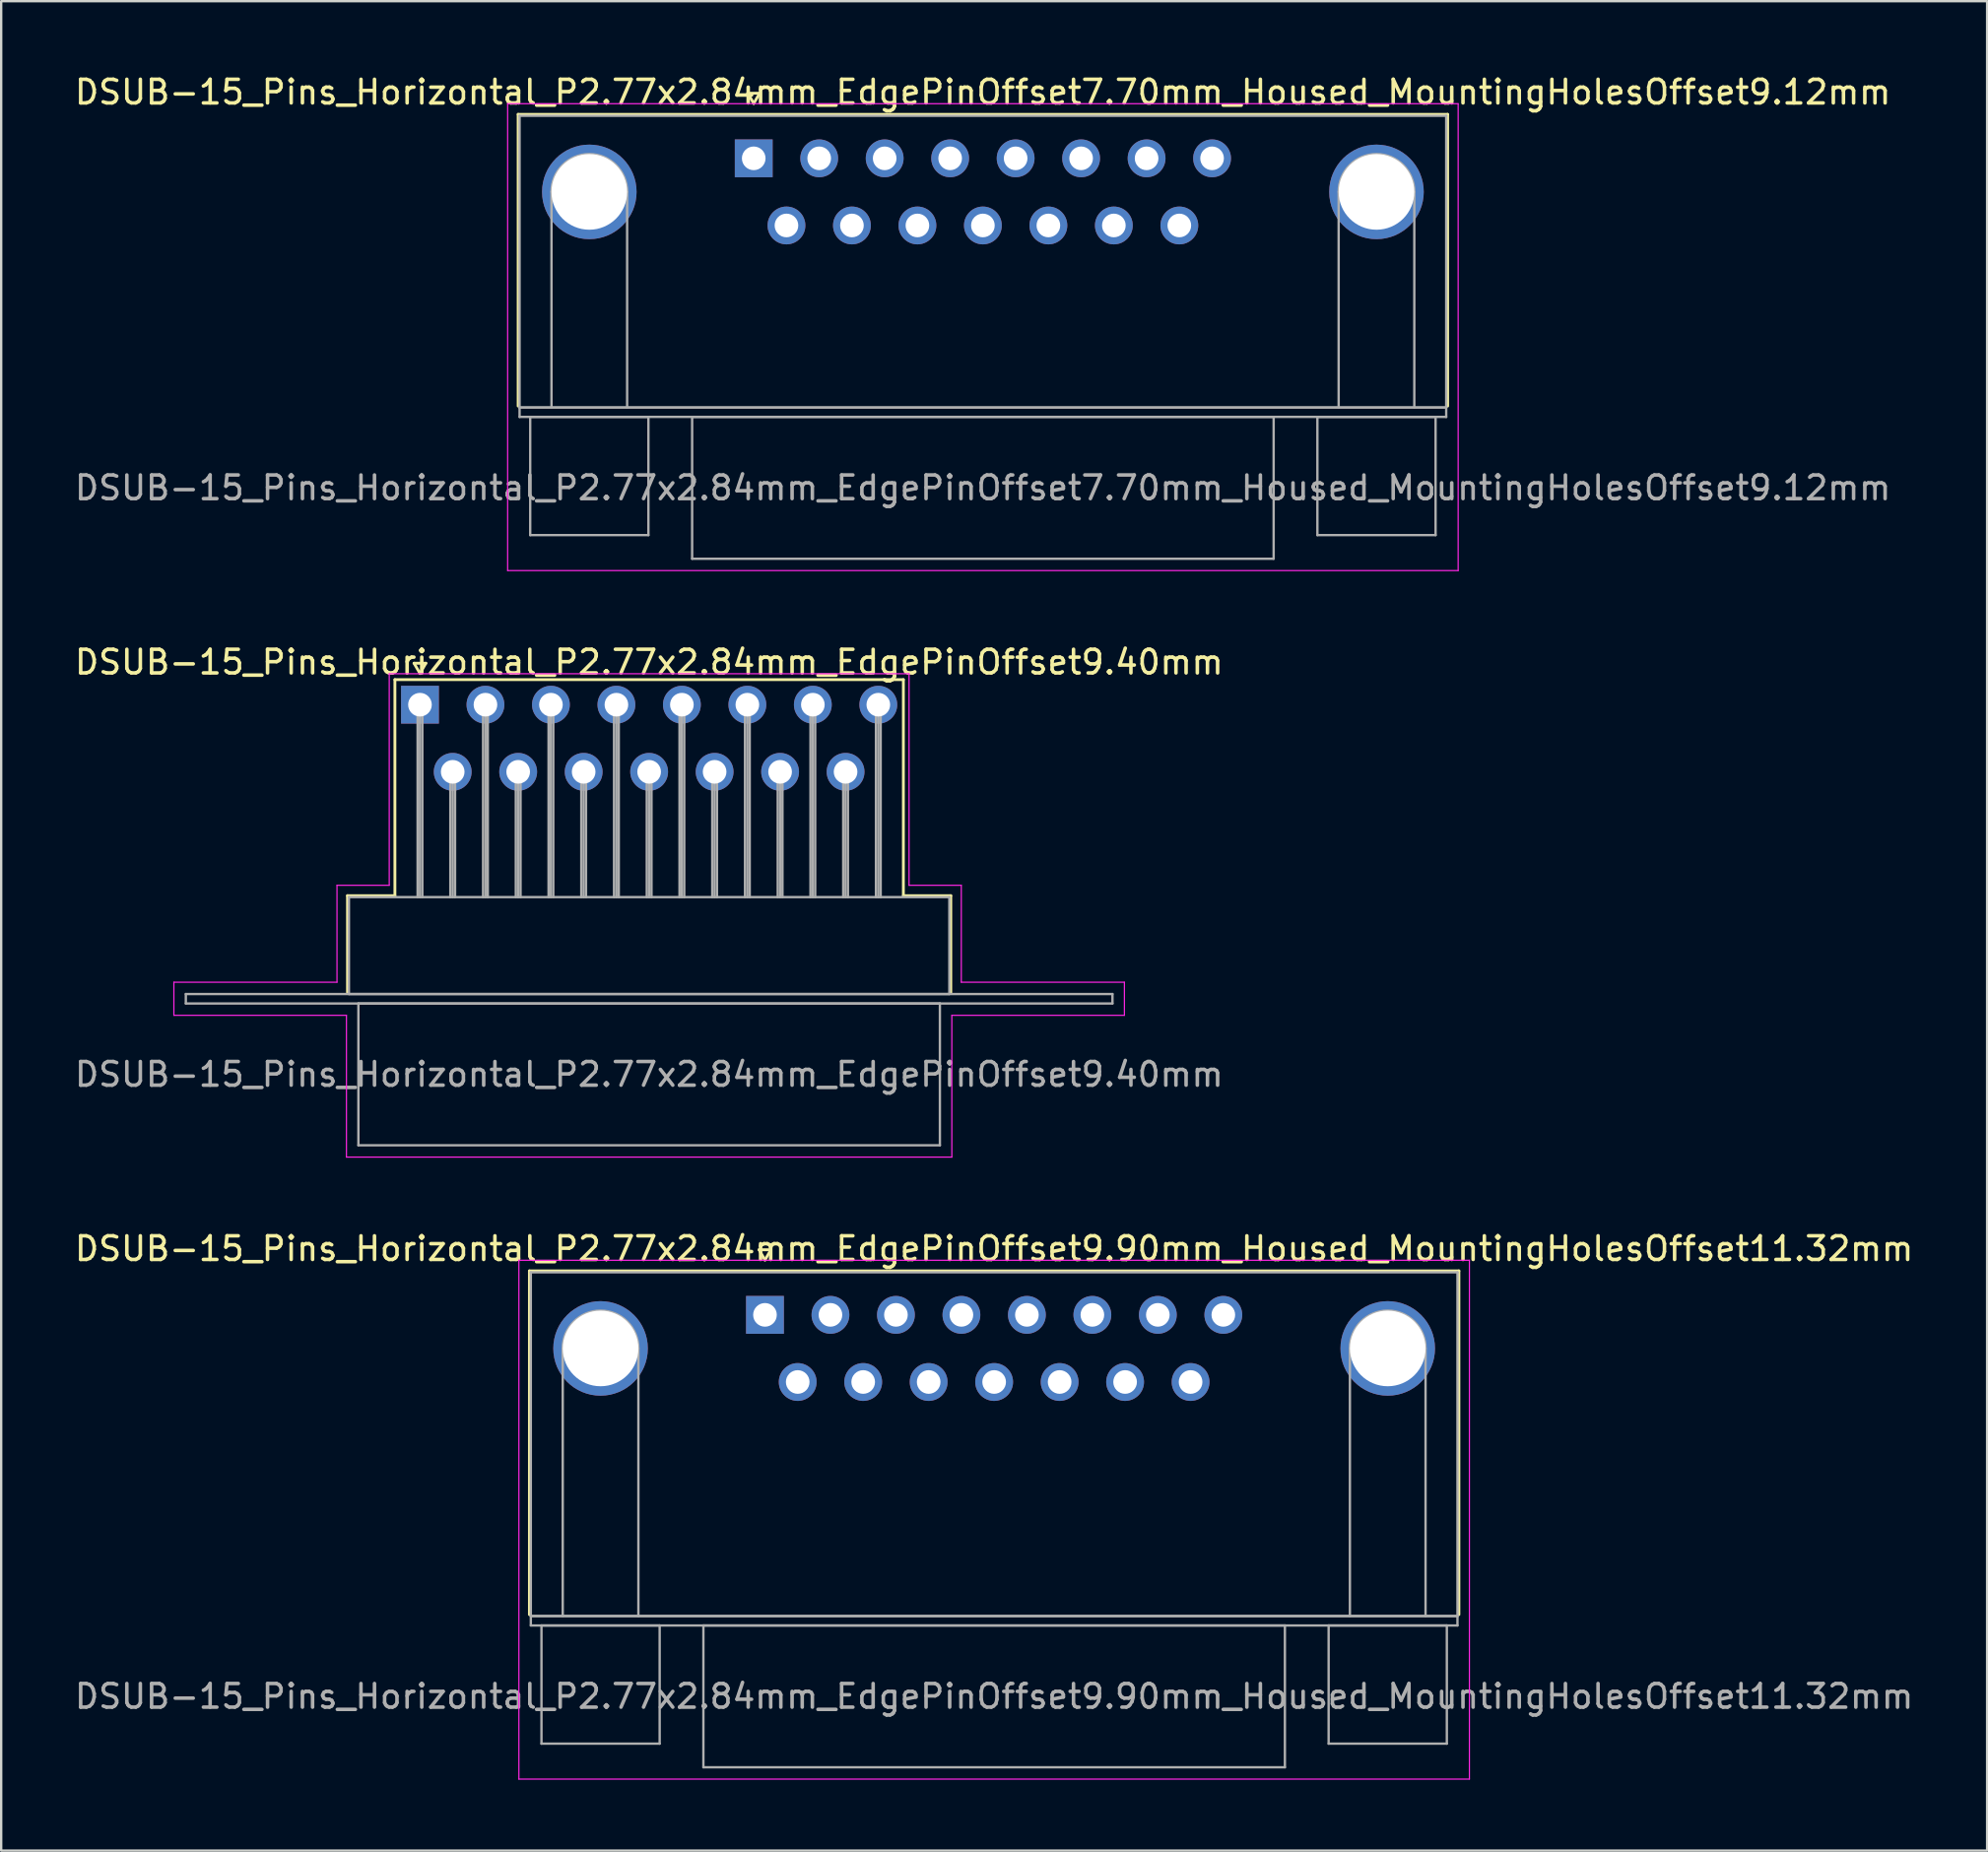
<source format=kicad_pcb>
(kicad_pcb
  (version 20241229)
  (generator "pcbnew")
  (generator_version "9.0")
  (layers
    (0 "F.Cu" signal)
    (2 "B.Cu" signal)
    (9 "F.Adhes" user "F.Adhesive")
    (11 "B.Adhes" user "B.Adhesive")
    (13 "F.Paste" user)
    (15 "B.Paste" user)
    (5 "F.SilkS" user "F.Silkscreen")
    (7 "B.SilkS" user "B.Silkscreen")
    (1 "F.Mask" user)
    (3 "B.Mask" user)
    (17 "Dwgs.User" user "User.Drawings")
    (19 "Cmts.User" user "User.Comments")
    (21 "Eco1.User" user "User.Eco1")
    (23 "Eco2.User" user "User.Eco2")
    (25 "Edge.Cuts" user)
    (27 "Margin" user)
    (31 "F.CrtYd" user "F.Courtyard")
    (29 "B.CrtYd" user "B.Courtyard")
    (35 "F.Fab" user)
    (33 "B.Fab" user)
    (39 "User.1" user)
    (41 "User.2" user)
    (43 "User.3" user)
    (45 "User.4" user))
  (footprint "DSUB-15_Pins_Horizontal_P2.77x2.84mm_EdgePinOffset7.70mm_Housed_MountingHolesOffset9.12mm"
    (layer "F.Cu")
    (at 28.835 3.648)
    (property "Reference" "DSUB-15_Pins_Horizontal_P2.77x2.84mm_EdgePinOffset7.70mm_Housed_MountingHolesOffset9.12mm" (at 9.695 -2.8 0) (layer "F.SilkS") (effects (font (size 1 1) (thickness 0.15))))
    (attr through_hole)
    (fp_line (start -9.965 -1.86) (end 29.355 -1.86) (stroke (width 0.12) (type solid)) (layer "F.SilkS"))
    (fp_line (start -9.965 10.48) (end -9.965 -1.86) (stroke (width 0.12) (type solid)) (layer "F.SilkS"))
    (fp_line (start -0.25 -2.754) (end 0.25 -2.754) (stroke (width 0.12) (type solid)) (layer "F.SilkS"))
    (fp_line (start 0 -2.321) (end -0.25 -2.754) (stroke (width 0.12) (type solid)) (layer "F.SilkS"))
    (fp_line (start 0.25 -2.754) (end 0 -2.321) (stroke (width 0.12) (type solid)) (layer "F.SilkS"))
    (fp_line (start 29.355 -1.86) (end 29.355 10.48) (stroke (width 0.12) (type solid)) (layer "F.SilkS"))
    (fp_line (start -10.41 -2.31) (end -10.41 17.44) (stroke (width 0.05) (type solid)) (layer "F.CrtYd"))
    (fp_line (start -10.41 17.44) (end 29.8 17.44) (stroke (width 0.05) (type solid)) (layer "F.CrtYd"))
    (fp_line (start 29.8 -2.31) (end -10.41 -2.31) (stroke (width 0.05) (type solid)) (layer "F.CrtYd"))
    (fp_line (start 29.8 17.44) (end 29.8 -2.31) (stroke (width 0.05) (type solid)) (layer "F.CrtYd"))
    (fp_line (start -9.905 -1.8) (end -9.905 10.54) (stroke (width 0.1) (type solid)) (layer "F.Fab"))
    (fp_line (start -9.905 10.54) (end -9.905 10.94) (stroke (width 0.1) (type solid)) (layer "F.Fab"))
    (fp_line (start -9.905 10.54) (end 29.295 10.54) (stroke (width 0.1) (type solid)) (layer "F.Fab"))
    (fp_line (start -9.905 10.94) (end 29.295 10.94) (stroke (width 0.1) (type solid)) (layer "F.Fab"))
    (fp_line (start -9.455 10.94) (end -9.455 15.94) (stroke (width 0.1) (type solid)) (layer "F.Fab"))
    (fp_line (start -9.455 15.94) (end -4.455 15.94) (stroke (width 0.1) (type solid)) (layer "F.Fab"))
    (fp_line (start -8.555 10.54) (end -8.555 1.42) (stroke (width 0.1) (type solid)) (layer "F.Fab"))
    (fp_line (start -5.355 10.54) (end -5.355 1.42) (stroke (width 0.1) (type solid)) (layer "F.Fab"))
    (fp_line (start -4.455 10.94) (end -9.455 10.94) (stroke (width 0.1) (type solid)) (layer "F.Fab"))
    (fp_line (start -4.455 15.94) (end -4.455 10.94) (stroke (width 0.1) (type solid)) (layer "F.Fab"))
    (fp_line (start -2.605 10.94) (end -2.605 16.94) (stroke (width 0.1) (type solid)) (layer "F.Fab"))
    (fp_line (start -2.605 16.94) (end 21.995 16.94) (stroke (width 0.1) (type solid)) (layer "F.Fab"))
    (fp_line (start 21.995 10.94) (end -2.605 10.94) (stroke (width 0.1) (type solid)) (layer "F.Fab"))
    (fp_line (start 21.995 16.94) (end 21.995 10.94) (stroke (width 0.1) (type solid)) (layer "F.Fab"))
    (fp_line (start 23.845 10.94) (end 23.845 15.94) (stroke (width 0.1) (type solid)) (layer "F.Fab"))
    (fp_line (start 23.845 15.94) (end 28.845 15.94) (stroke (width 0.1) (type solid)) (layer "F.Fab"))
    (fp_line (start 24.745 10.54) (end 24.745 1.42) (stroke (width 0.1) (type solid)) (layer "F.Fab"))
    (fp_line (start 27.945 10.54) (end 27.945 1.42) (stroke (width 0.1) (type solid)) (layer "F.Fab"))
    (fp_line (start 28.845 10.94) (end 23.845 10.94) (stroke (width 0.1) (type solid)) (layer "F.Fab"))
    (fp_line (start 28.845 15.94) (end 28.845 10.94) (stroke (width 0.1) (type solid)) (layer "F.Fab"))
    (fp_line (start 29.295 -1.8) (end -9.905 -1.8) (stroke (width 0.1) (type solid)) (layer "F.Fab"))
    (fp_line (start 29.295 10.54) (end -9.905 10.54) (stroke (width 0.1) (type solid)) (layer "F.Fab"))
    (fp_line (start 29.295 10.54) (end 29.295 -1.8) (stroke (width 0.1) (type solid)) (layer "F.Fab"))
    (fp_line (start 29.295 10.94) (end 29.295 10.54) (stroke (width 0.1) (type solid)) (layer "F.Fab"))
    (fp_arc (start -8.555 1.42) (mid -6.955 -0.18) (end -5.355 1.42) (stroke (width 0.1) (type solid)) (layer "F.Fab"))
    (fp_arc (start 24.745 1.42) (mid 26.345 -0.18) (end 27.945 1.42) (stroke (width 0.1) (type solid)) (layer "F.Fab"))
    (fp_text user "${REFERENCE}" (at 9.695 13.94 0) (layer "F.Fab") (effects (font (size 1 1) (thickness 0.15))))
    (pad "0" thru_hole circle (at -6.955 1.42) (size 4 4) (drill 3.2) (layers "*.Cu" "*.Mask"))
    (pad "0" thru_hole circle (at 26.345 1.42) (size 4 4) (drill 3.2) (layers "*.Cu" "*.Mask"))
    (pad "1" thru_hole rect (at 0 0) (size 1.6 1.6) (drill 1) (layers "*.Cu" "*.Mask"))
    (pad "2" thru_hole circle (at 2.77 0) (size 1.6 1.6) (drill 1) (layers "*.Cu" "*.Mask"))
    (pad "3" thru_hole circle (at 5.54 0) (size 1.6 1.6) (drill 1) (layers "*.Cu" "*.Mask"))
    (pad "4" thru_hole circle (at 8.31 0) (size 1.6 1.6) (drill 1) (layers "*.Cu" "*.Mask"))
    (pad "5" thru_hole circle (at 11.08 0) (size 1.6 1.6) (drill 1) (layers "*.Cu" "*.Mask"))
    (pad "6" thru_hole circle (at 13.85 0) (size 1.6 1.6) (drill 1) (layers "*.Cu" "*.Mask"))
    (pad "7" thru_hole circle (at 16.62 0) (size 1.6 1.6) (drill 1) (layers "*.Cu" "*.Mask"))
    (pad "8" thru_hole circle (at 19.39 0) (size 1.6 1.6) (drill 1) (layers "*.Cu" "*.Mask"))
    (pad "9" thru_hole circle (at 1.385 2.84) (size 1.6 1.6) (drill 1) (layers "*.Cu" "*.Mask"))
    (pad "10" thru_hole circle (at 4.155 2.84) (size 1.6 1.6) (drill 1) (layers "*.Cu" "*.Mask"))
    (pad "11" thru_hole circle (at 6.925 2.84) (size 1.6 1.6) (drill 1) (layers "*.Cu" "*.Mask"))
    (pad "12" thru_hole circle (at 9.695 2.84) (size 1.6 1.6) (drill 1) (layers "*.Cu" "*.Mask"))
    (pad "13" thru_hole circle (at 12.465 2.84) (size 1.6 1.6) (drill 1) (layers "*.Cu" "*.Mask"))
    (pad "14" thru_hole circle (at 15.235 2.84) (size 1.6 1.6) (drill 1) (layers "*.Cu" "*.Mask"))
    (pad "15" thru_hole circle (at 18.005 2.84) (size 1.6 1.6) (drill 1) (layers "*.Cu" "*.Mask")))
  (footprint "DSUB-15_Pins_Horizontal_P2.77x2.84mm_EdgePinOffset9.90mm_Housed_MountingHolesOffset11.32mm"
    (layer "F.Cu")
    (at 29.311 52.575)
    (property "Reference" "DSUB-15_Pins_Horizontal_P2.77x2.84mm_EdgePinOffset9.90mm_Housed_MountingHolesOffset11.32mm" (at 9.695 -2.8 0) (layer "F.SilkS") (effects (font (size 1 1) (thickness 0.15))))
    (attr through_hole)
    (fp_line (start -9.965 -1.86) (end 29.355 -1.86) (stroke (width 0.12) (type solid)) (layer "F.SilkS"))
    (fp_line (start -9.965 12.68) (end -9.965 -1.86) (stroke (width 0.12) (type solid)) (layer "F.SilkS"))
    (fp_line (start -0.25 -2.754) (end 0.25 -2.754) (stroke (width 0.12) (type solid)) (layer "F.SilkS"))
    (fp_line (start 0 -2.321) (end -0.25 -2.754) (stroke (width 0.12) (type solid)) (layer "F.SilkS"))
    (fp_line (start 0.25 -2.754) (end 0 -2.321) (stroke (width 0.12) (type solid)) (layer "F.SilkS"))
    (fp_line (start 29.355 -1.86) (end 29.355 12.68) (stroke (width 0.12) (type solid)) (layer "F.SilkS"))
    (fp_line (start -10.41 -2.31) (end -10.41 19.64) (stroke (width 0.05) (type solid)) (layer "F.CrtYd"))
    (fp_line (start -10.41 19.64) (end 29.8 19.64) (stroke (width 0.05) (type solid)) (layer "F.CrtYd"))
    (fp_line (start 29.8 -2.31) (end -10.41 -2.31) (stroke (width 0.05) (type solid)) (layer "F.CrtYd"))
    (fp_line (start 29.8 19.64) (end 29.8 -2.31) (stroke (width 0.05) (type solid)) (layer "F.CrtYd"))
    (fp_line (start -9.905 -1.8) (end -9.905 12.74) (stroke (width 0.1) (type solid)) (layer "F.Fab"))
    (fp_line (start -9.905 12.74) (end -9.905 13.14) (stroke (width 0.1) (type solid)) (layer "F.Fab"))
    (fp_line (start -9.905 12.74) (end 29.295 12.74) (stroke (width 0.1) (type solid)) (layer "F.Fab"))
    (fp_line (start -9.905 13.14) (end 29.295 13.14) (stroke (width 0.1) (type solid)) (layer "F.Fab"))
    (fp_line (start -9.455 13.14) (end -9.455 18.14) (stroke (width 0.1) (type solid)) (layer "F.Fab"))
    (fp_line (start -9.455 18.14) (end -4.455 18.14) (stroke (width 0.1) (type solid)) (layer "F.Fab"))
    (fp_line (start -8.555 12.74) (end -8.555 1.42) (stroke (width 0.1) (type solid)) (layer "F.Fab"))
    (fp_line (start -5.355 12.74) (end -5.355 1.42) (stroke (width 0.1) (type solid)) (layer "F.Fab"))
    (fp_line (start -4.455 13.14) (end -9.455 13.14) (stroke (width 0.1) (type solid)) (layer "F.Fab"))
    (fp_line (start -4.455 18.14) (end -4.455 13.14) (stroke (width 0.1) (type solid)) (layer "F.Fab"))
    (fp_line (start -2.605 13.14) (end -2.605 19.14) (stroke (width 0.1) (type solid)) (layer "F.Fab"))
    (fp_line (start -2.605 19.14) (end 21.995 19.14) (stroke (width 0.1) (type solid)) (layer "F.Fab"))
    (fp_line (start 21.995 13.14) (end -2.605 13.14) (stroke (width 0.1) (type solid)) (layer "F.Fab"))
    (fp_line (start 21.995 19.14) (end 21.995 13.14) (stroke (width 0.1) (type solid)) (layer "F.Fab"))
    (fp_line (start 23.845 13.14) (end 23.845 18.14) (stroke (width 0.1) (type solid)) (layer "F.Fab"))
    (fp_line (start 23.845 18.14) (end 28.845 18.14) (stroke (width 0.1) (type solid)) (layer "F.Fab"))
    (fp_line (start 24.745 12.74) (end 24.745 1.42) (stroke (width 0.1) (type solid)) (layer "F.Fab"))
    (fp_line (start 27.945 12.74) (end 27.945 1.42) (stroke (width 0.1) (type solid)) (layer "F.Fab"))
    (fp_line (start 28.845 13.14) (end 23.845 13.14) (stroke (width 0.1) (type solid)) (layer "F.Fab"))
    (fp_line (start 28.845 18.14) (end 28.845 13.14) (stroke (width 0.1) (type solid)) (layer "F.Fab"))
    (fp_line (start 29.295 -1.8) (end -9.905 -1.8) (stroke (width 0.1) (type solid)) (layer "F.Fab"))
    (fp_line (start 29.295 12.74) (end -9.905 12.74) (stroke (width 0.1) (type solid)) (layer "F.Fab"))
    (fp_line (start 29.295 12.74) (end 29.295 -1.8) (stroke (width 0.1) (type solid)) (layer "F.Fab"))
    (fp_line (start 29.295 13.14) (end 29.295 12.74) (stroke (width 0.1) (type solid)) (layer "F.Fab"))
    (fp_arc (start -8.555 1.42) (mid -6.955 -0.18) (end -5.355 1.42) (stroke (width 0.1) (type solid)) (layer "F.Fab"))
    (fp_arc (start 24.745 1.42) (mid 26.345 -0.18) (end 27.945 1.42) (stroke (width 0.1) (type solid)) (layer "F.Fab"))
    (fp_text user "${REFERENCE}" (at 9.695 16.14 0) (layer "F.Fab") (effects (font (size 1 1) (thickness 0.15))))
    (pad "0" thru_hole circle (at -6.955 1.42) (size 4 4) (drill 3.2) (layers "*.Cu" "*.Mask"))
    (pad "0" thru_hole circle (at 26.345 1.42) (size 4 4) (drill 3.2) (layers "*.Cu" "*.Mask"))
    (pad "1" thru_hole rect (at 0 0) (size 1.6 1.6) (drill 1) (layers "*.Cu" "*.Mask"))
    (pad "2" thru_hole circle (at 2.77 0) (size 1.6 1.6) (drill 1) (layers "*.Cu" "*.Mask"))
    (pad "3" thru_hole circle (at 5.54 0) (size 1.6 1.6) (drill 1) (layers "*.Cu" "*.Mask"))
    (pad "4" thru_hole circle (at 8.31 0) (size 1.6 1.6) (drill 1) (layers "*.Cu" "*.Mask"))
    (pad "5" thru_hole circle (at 11.08 0) (size 1.6 1.6) (drill 1) (layers "*.Cu" "*.Mask"))
    (pad "6" thru_hole circle (at 13.85 0) (size 1.6 1.6) (drill 1) (layers "*.Cu" "*.Mask"))
    (pad "7" thru_hole circle (at 16.62 0) (size 1.6 1.6) (drill 1) (layers "*.Cu" "*.Mask"))
    (pad "8" thru_hole circle (at 19.39 0) (size 1.6 1.6) (drill 1) (layers "*.Cu" "*.Mask"))
    (pad "9" thru_hole circle (at 1.385 2.84) (size 1.6 1.6) (drill 1) (layers "*.Cu" "*.Mask"))
    (pad "10" thru_hole circle (at 4.155 2.84) (size 1.6 1.6) (drill 1) (layers "*.Cu" "*.Mask"))
    (pad "11" thru_hole circle (at 6.925 2.84) (size 1.6 1.6) (drill 1) (layers "*.Cu" "*.Mask"))
    (pad "12" thru_hole circle (at 9.695 2.84) (size 1.6 1.6) (drill 1) (layers "*.Cu" "*.Mask"))
    (pad "13" thru_hole circle (at 12.465 2.84) (size 1.6 1.6) (drill 1) (layers "*.Cu" "*.Mask"))
    (pad "14" thru_hole circle (at 15.235 2.84) (size 1.6 1.6) (drill 1) (layers "*.Cu" "*.Mask"))
    (pad "15" thru_hole circle (at 18.005 2.84) (size 1.6 1.6) (drill 1) (layers "*.Cu" "*.Mask")))
  (footprint "DSUB-15_Pins_Horizontal_P2.77x2.84mm_EdgePinOffset9.40mm"
    (layer "F.Cu")
    (at 14.716 26.762)
    (property "Reference" "DSUB-15_Pins_Horizontal_P2.77x2.84mm_EdgePinOffset9.40mm" (at 9.695 -1.8 0) (layer "F.SilkS") (effects (font (size 1 1) (thickness 0.15))))
    (attr through_hole)
    (fp_line (start -3.065 8.08) (end -1.06 8.08) (stroke (width 0.12) (type solid)) (layer "F.SilkS"))
    (fp_line (start -3.065 12.18) (end -3.065 8.08) (stroke (width 0.12) (type solid)) (layer "F.SilkS"))
    (fp_line (start -1.06 -1.06) (end 20.45 -1.06) (stroke (width 0.12) (type solid)) (layer "F.SilkS"))
    (fp_line (start -1.06 8.08) (end -1.06 -1.06) (stroke (width 0.12) (type solid)) (layer "F.SilkS"))
    (fp_line (start -0.25 -1.754) (end 0.25 -1.754) (stroke (width 0.12) (type solid)) (layer "F.SilkS"))
    (fp_line (start 0 -1.321) (end -0.25 -1.754) (stroke (width 0.12) (type solid)) (layer "F.SilkS"))
    (fp_line (start 0.25 -1.754) (end 0 -1.321) (stroke (width 0.12) (type solid)) (layer "F.SilkS"))
    (fp_line (start 20.45 -1.06) (end 20.45 8.08) (stroke (width 0.12) (type solid)) (layer "F.SilkS"))
    (fp_line (start 20.45 8.08) (end 22.455 8.08) (stroke (width 0.12) (type solid)) (layer "F.SilkS"))
    (fp_line (start 22.455 8.08) (end 22.455 12.18) (stroke (width 0.12) (type solid)) (layer "F.SilkS"))
    (fp_line (start -10.41 11.74) (end -3.51 11.74) (stroke (width 0.05) (type solid)) (layer "F.CrtYd"))
    (fp_line (start -10.41 13.14) (end -10.41 11.74) (stroke (width 0.05) (type solid)) (layer "F.CrtYd"))
    (fp_line (start -3.51 7.64) (end -1.3 7.64) (stroke (width 0.05) (type solid)) (layer "F.CrtYd"))
    (fp_line (start -3.51 11.74) (end -3.51 7.64) (stroke (width 0.05) (type solid)) (layer "F.CrtYd"))
    (fp_line (start -3.11 13.14) (end -10.41 13.14) (stroke (width 0.05) (type solid)) (layer "F.CrtYd"))
    (fp_line (start -3.11 19.14) (end -3.11 13.14) (stroke (width 0.05) (type solid)) (layer "F.CrtYd"))
    (fp_line (start -1.3 -1.31) (end 20.69 -1.31) (stroke (width 0.05) (type solid)) (layer "F.CrtYd"))
    (fp_line (start -1.3 7.64) (end -1.3 -1.31) (stroke (width 0.05) (type solid)) (layer "F.CrtYd"))
    (fp_line (start 20.69 -1.31) (end 20.69 7.64) (stroke (width 0.05) (type solid)) (layer "F.CrtYd"))
    (fp_line (start 20.69 7.64) (end 22.9 7.64) (stroke (width 0.05) (type solid)) (layer "F.CrtYd"))
    (fp_line (start 22.5 13.14) (end 22.5 19.14) (stroke (width 0.05) (type solid)) (layer "F.CrtYd"))
    (fp_line (start 22.5 19.14) (end -3.11 19.14) (stroke (width 0.05) (type solid)) (layer "F.CrtYd"))
    (fp_line (start 22.9 7.64) (end 22.9 11.74) (stroke (width 0.05) (type solid)) (layer "F.CrtYd"))
    (fp_line (start 22.9 11.74) (end 29.8 11.74) (stroke (width 0.05) (type solid)) (layer "F.CrtYd"))
    (fp_line (start 29.8 11.74) (end 29.8 13.14) (stroke (width 0.05) (type solid)) (layer "F.CrtYd"))
    (fp_line (start 29.8 13.14) (end 22.5 13.14) (stroke (width 0.05) (type solid)) (layer "F.CrtYd"))
    (fp_line (start -9.905 12.24) (end -9.905 12.64) (stroke (width 0.1) (type solid)) (layer "F.Fab"))
    (fp_line (start -9.905 12.64) (end 29.295 12.64) (stroke (width 0.1) (type solid)) (layer "F.Fab"))
    (fp_line (start -3.005 8.14) (end -3.005 12.24) (stroke (width 0.1) (type solid)) (layer "F.Fab"))
    (fp_line (start -3.005 12.24) (end 22.395 12.24) (stroke (width 0.1) (type solid)) (layer "F.Fab"))
    (fp_line (start -2.605 12.64) (end -2.605 18.64) (stroke (width 0.1) (type solid)) (layer "F.Fab"))
    (fp_line (start -2.605 18.64) (end 21.995 18.64) (stroke (width 0.1) (type solid)) (layer "F.Fab"))
    (fp_line (start -0.1 0) (end -0.1 8.14) (stroke (width 0.1) (type solid)) (layer "F.Fab"))
    (fp_line (start 0 0) (end 0 8.14) (stroke (width 0.1) (type solid)) (layer "F.Fab"))
    (fp_line (start 0.1 0) (end 0.1 8.14) (stroke (width 0.1) (type solid)) (layer "F.Fab"))
    (fp_line (start 1.285 2.84) (end 1.285 8.14) (stroke (width 0.1) (type solid)) (layer "F.Fab"))
    (fp_line (start 1.385 2.84) (end 1.385 8.14) (stroke (width 0.1) (type solid)) (layer "F.Fab"))
    (fp_line (start 1.485 2.84) (end 1.485 8.14) (stroke (width 0.1) (type solid)) (layer "F.Fab"))
    (fp_line (start 2.67 0) (end 2.67 8.14) (stroke (width 0.1) (type solid)) (layer "F.Fab"))
    (fp_line (start 2.77 0) (end 2.77 8.14) (stroke (width 0.1) (type solid)) (layer "F.Fab"))
    (fp_line (start 2.87 0) (end 2.87 8.14) (stroke (width 0.1) (type solid)) (layer "F.Fab"))
    (fp_line (start 4.055 2.84) (end 4.055 8.14) (stroke (width 0.1) (type solid)) (layer "F.Fab"))
    (fp_line (start 4.155 2.84) (end 4.155 8.14) (stroke (width 0.1) (type solid)) (layer "F.Fab"))
    (fp_line (start 4.255 2.84) (end 4.255 8.14) (stroke (width 0.1) (type solid)) (layer "F.Fab"))
    (fp_line (start 5.44 0) (end 5.44 8.14) (stroke (width 0.1) (type solid)) (layer "F.Fab"))
    (fp_line (start 5.54 0) (end 5.54 8.14) (stroke (width 0.1) (type solid)) (layer "F.Fab"))
    (fp_line (start 5.64 0) (end 5.64 8.14) (stroke (width 0.1) (type solid)) (layer "F.Fab"))
    (fp_line (start 6.825 2.84) (end 6.825 8.14) (stroke (width 0.1) (type solid)) (layer "F.Fab"))
    (fp_line (start 6.925 2.84) (end 6.925 8.14) (stroke (width 0.1) (type solid)) (layer "F.Fab"))
    (fp_line (start 7.025 2.84) (end 7.025 8.14) (stroke (width 0.1) (type solid)) (layer "F.Fab"))
    (fp_line (start 8.21 0) (end 8.21 8.14) (stroke (width 0.1) (type solid)) (layer "F.Fab"))
    (fp_line (start 8.31 0) (end 8.31 8.14) (stroke (width 0.1) (type solid)) (layer "F.Fab"))
    (fp_line (start 8.41 0) (end 8.41 8.14) (stroke (width 0.1) (type solid)) (layer "F.Fab"))
    (fp_line (start 9.595 2.84) (end 9.595 8.14) (stroke (width 0.1) (type solid)) (layer "F.Fab"))
    (fp_line (start 9.695 2.84) (end 9.695 8.14) (stroke (width 0.1) (type solid)) (layer "F.Fab"))
    (fp_line (start 9.795 2.84) (end 9.795 8.14) (stroke (width 0.1) (type solid)) (layer "F.Fab"))
    (fp_line (start 10.98 0) (end 10.98 8.14) (stroke (width 0.1) (type solid)) (layer "F.Fab"))
    (fp_line (start 11.08 0) (end 11.08 8.14) (stroke (width 0.1) (type solid)) (layer "F.Fab"))
    (fp_line (start 11.18 0) (end 11.18 8.14) (stroke (width 0.1) (type solid)) (layer "F.Fab"))
    (fp_line (start 12.365 2.84) (end 12.365 8.14) (stroke (width 0.1) (type solid)) (layer "F.Fab"))
    (fp_line (start 12.465 2.84) (end 12.465 8.14) (stroke (width 0.1) (type solid)) (layer "F.Fab"))
    (fp_line (start 12.565 2.84) (end 12.565 8.14) (stroke (width 0.1) (type solid)) (layer "F.Fab"))
    (fp_line (start 13.75 0) (end 13.75 8.14) (stroke (width 0.1) (type solid)) (layer "F.Fab"))
    (fp_line (start 13.85 0) (end 13.85 8.14) (stroke (width 0.1) (type solid)) (layer "F.Fab"))
    (fp_line (start 13.95 0) (end 13.95 8.14) (stroke (width 0.1) (type solid)) (layer "F.Fab"))
    (fp_line (start 15.135 2.84) (end 15.135 8.14) (stroke (width 0.1) (type solid)) (layer "F.Fab"))
    (fp_line (start 15.235 2.84) (end 15.235 8.14) (stroke (width 0.1) (type solid)) (layer "F.Fab"))
    (fp_line (start 15.335 2.84) (end 15.335 8.14) (stroke (width 0.1) (type solid)) (layer "F.Fab"))
    (fp_line (start 16.52 0) (end 16.52 8.14) (stroke (width 0.1) (type solid)) (layer "F.Fab"))
    (fp_line (start 16.62 0) (end 16.62 8.14) (stroke (width 0.1) (type solid)) (layer "F.Fab"))
    (fp_line (start 16.72 0) (end 16.72 8.14) (stroke (width 0.1) (type solid)) (layer "F.Fab"))
    (fp_line (start 17.905 2.84) (end 17.905 8.14) (stroke (width 0.1) (type solid)) (layer "F.Fab"))
    (fp_line (start 18.005 2.84) (end 18.005 8.14) (stroke (width 0.1) (type solid)) (layer "F.Fab"))
    (fp_line (start 18.105 2.84) (end 18.105 8.14) (stroke (width 0.1) (type solid)) (layer "F.Fab"))
    (fp_line (start 19.29 0) (end 19.29 8.14) (stroke (width 0.1) (type solid)) (layer "F.Fab"))
    (fp_line (start 19.39 0) (end 19.39 8.14) (stroke (width 0.1) (type solid)) (layer "F.Fab"))
    (fp_line (start 19.49 0) (end 19.49 8.14) (stroke (width 0.1) (type solid)) (layer "F.Fab"))
    (fp_line (start 21.995 12.64) (end -2.605 12.64) (stroke (width 0.1) (type solid)) (layer "F.Fab"))
    (fp_line (start 21.995 18.64) (end 21.995 12.64) (stroke (width 0.1) (type solid)) (layer "F.Fab"))
    (fp_line (start 22.395 8.14) (end -3.005 8.14) (stroke (width 0.1) (type solid)) (layer "F.Fab"))
    (fp_line (start 22.395 12.24) (end 22.395 8.14) (stroke (width 0.1) (type solid)) (layer "F.Fab"))
    (fp_line (start 29.295 12.24) (end -9.905 12.24) (stroke (width 0.1) (type solid)) (layer "F.Fab"))
    (fp_line (start 29.295 12.64) (end 29.295 12.24) (stroke (width 0.1) (type solid)) (layer "F.Fab"))
    (fp_text user "${REFERENCE}" (at 9.695 15.64 0) (layer "F.Fab") (effects (font (size 1 1) (thickness 0.15))))
    (pad "1" thru_hole rect (at 0 0) (size 1.6 1.6) (drill 1) (layers "*.Cu" "*.Mask"))
    (pad "2" thru_hole circle (at 2.77 0) (size 1.6 1.6) (drill 1) (layers "*.Cu" "*.Mask"))
    (pad "3" thru_hole circle (at 5.54 0) (size 1.6 1.6) (drill 1) (layers "*.Cu" "*.Mask"))
    (pad "4" thru_hole circle (at 8.31 0) (size 1.6 1.6) (drill 1) (layers "*.Cu" "*.Mask"))
    (pad "5" thru_hole circle (at 11.08 0) (size 1.6 1.6) (drill 1) (layers "*.Cu" "*.Mask"))
    (pad "6" thru_hole circle (at 13.85 0) (size 1.6 1.6) (drill 1) (layers "*.Cu" "*.Mask"))
    (pad "7" thru_hole circle (at 16.62 0) (size 1.6 1.6) (drill 1) (layers "*.Cu" "*.Mask"))
    (pad "8" thru_hole circle (at 19.39 0) (size 1.6 1.6) (drill 1) (layers "*.Cu" "*.Mask"))
    (pad "9" thru_hole circle (at 1.385 2.84) (size 1.6 1.6) (drill 1) (layers "*.Cu" "*.Mask"))
    (pad "10" thru_hole circle (at 4.155 2.84) (size 1.6 1.6) (drill 1) (layers "*.Cu" "*.Mask"))
    (pad "11" thru_hole circle (at 6.925 2.84) (size 1.6 1.6) (drill 1) (layers "*.Cu" "*.Mask"))
    (pad "12" thru_hole circle (at 9.695 2.84) (size 1.6 1.6) (drill 1) (layers "*.Cu" "*.Mask"))
    (pad "13" thru_hole circle (at 12.465 2.84) (size 1.6 1.6) (drill 1) (layers "*.Cu" "*.Mask"))
    (pad "14" thru_hole circle (at 15.235 2.84) (size 1.6 1.6) (drill 1) (layers "*.Cu" "*.Mask"))
    (pad "15" thru_hole circle (at 18.005 2.84) (size 1.6 1.6) (drill 1) (layers "*.Cu" "*.Mask")))
  (gr_rect
    (start -3 -3)
    (end 81.012 75.24)
    (stroke (width 0.1) (type default))
    (fill no)
    (layer "Edge.Cuts")))
</source>
